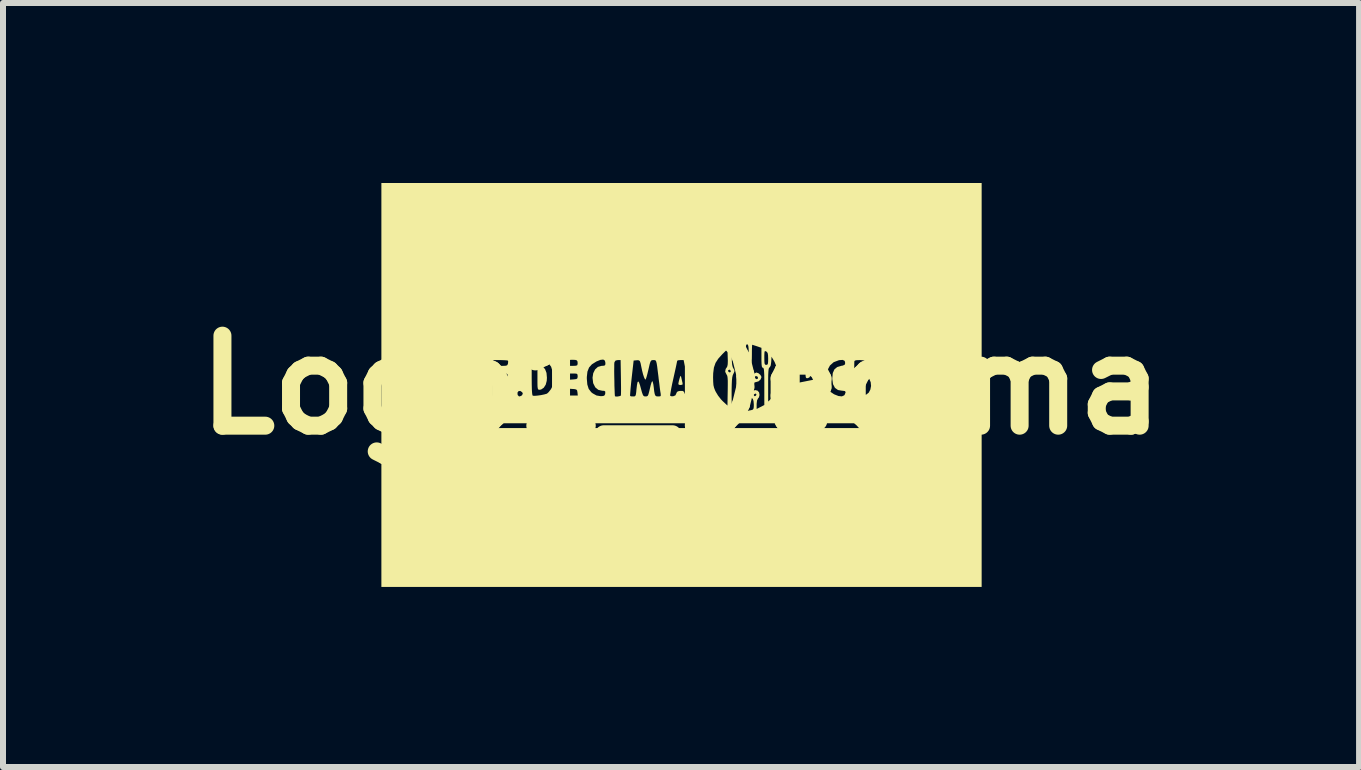
<source format=kicad_pcb>
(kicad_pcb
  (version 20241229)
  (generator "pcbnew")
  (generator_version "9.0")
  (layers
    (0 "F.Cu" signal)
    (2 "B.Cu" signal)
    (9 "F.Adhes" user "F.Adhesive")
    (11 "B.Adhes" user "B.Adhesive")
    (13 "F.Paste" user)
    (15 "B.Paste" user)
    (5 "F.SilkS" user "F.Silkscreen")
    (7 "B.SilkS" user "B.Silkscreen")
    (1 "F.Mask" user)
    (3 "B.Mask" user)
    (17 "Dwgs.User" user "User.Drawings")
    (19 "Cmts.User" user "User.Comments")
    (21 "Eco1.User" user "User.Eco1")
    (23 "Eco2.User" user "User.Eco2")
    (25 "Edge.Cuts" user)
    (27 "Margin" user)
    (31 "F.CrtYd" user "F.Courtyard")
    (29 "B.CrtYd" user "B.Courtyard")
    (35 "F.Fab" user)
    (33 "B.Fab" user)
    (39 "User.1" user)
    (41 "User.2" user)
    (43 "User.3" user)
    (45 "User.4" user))
  (footprint "Logo1_Decima"
    (layer "F.Cu")
    (at 8.3 3.366)
    (property "Reference" "Logo1_Decima" (at 0 0 0) (layer "F.SilkS") (effects (font (size 1.5 1.5) (thickness 0.3))))
    (attr board_only exclude_from_pos_files exclude_from_bom)
    (fp_poly (pts (xy 3.015 -0.319) (xy 3.04 -0.29) (xy 3.047 -0.248) (xy 3.038 -0.208) (xy 3.028 -0.195) (xy 3.005 -0.178) (xy 2.991 -0.186) (xy 2.984 -0.221) (xy 2.984 -0.256) (xy 2.985 -0.303) (xy 2.99 -0.324) (xy 3.002 -0.326)) (stroke (width 0) (type solid)) (fill yes) (layer "F.SilkS"))
    (fp_poly (pts (xy 3.042 -0.066) (xy 3.06 -0.033) (xy 3.064 0.009) (xy 3.054 0.048) (xy 3.044 0.061) (xy 3.014 0.081) (xy 2.994 0.071) (xy 2.985 0.031) (xy 2.984 0) (xy 2.985 -0.048) (xy 2.993 -0.072) (xy 3.008 -0.08) (xy 3.014 -0.08)) (stroke (width 0) (type solid)) (fill yes) (layer "F.SilkS"))
    (fp_poly (pts (xy -0.000332 -0.143) (xy 0.007 -0.112) (xy 0.017 -0.066) (xy 0.026 -0.03) (xy 0.026 -0.028) (xy 0.025 -0.007) (xy -0.000204 -0.000152) (xy -0.008 0) (xy -0.036 -0.003) (xy -0.045 -0.018) (xy -0.039 -0.052) (xy -0.027 -0.099) (xy -0.016 -0.136) (xy -0.007 -0.152)) (stroke (width 0) (type solid)) (fill yes) (layer "F.SilkS"))
    (fp_poly (pts (xy 2.139 -0.305) (xy 2.162 -0.266) (xy 2.17 -0.215) (xy 2.161 -0.161) (xy 2.137 -0.124) (xy 2.105 -0.112) (xy 2.088 -0.115) (xy 2.079 -0.13) (xy 2.075 -0.163) (xy 2.074 -0.215) (xy 2.075 -0.272) (xy 2.08 -0.303) (xy 2.09 -0.316) (xy 2.105 -0.319)) (stroke (width 0) (type solid)) (fill yes) (layer "F.SilkS"))
    (fp_poly (pts (xy -2.303 -0.305) (xy -2.266 -0.264) (xy -2.242 -0.201) (xy -2.235 -0.12) (xy -2.238 -0.07) (xy -2.255 -0.005) (xy -2.288 0.046) (xy -2.331 0.075) (xy -2.356 0.08) (xy -2.371 0.079) (xy -2.382 0.072) (xy -2.388 0.055) (xy -2.392 0.022) (xy -2.393 -0.031) (xy -2.393 -0.112) (xy -2.393 -0.12) (xy -2.393 -0.319) (xy -2.353 -0.319)) (stroke (width 0) (type solid)) (fill yes) (layer "F.SilkS"))
    (fp_poly (pts (xy 5.01 0) (xy 5.01 3.366) (xy 0.008 3.366) (xy -4.994 3.366) (xy -4.994 0.678) (xy -3.143 0.678) (xy -3.143 0.718) (xy 0.016 0.718) (xy 3.175 0.718) (xy 3.175 0.678) (xy 3.175 0.638) (xy 0.016 0.638) (xy -3.143 0.638) (xy -3.143 0.678) (xy -4.994 0.678) (xy -4.994 0) (xy -4.994 -0.12) (xy -3.143 -0.12) (xy -3.143 0.176) (xy -3.014 0.176) (xy -2.886 0.176) (xy -2.89 0.128) (xy -2.726 0.128) (xy -2.723 0.166) (xy -2.722 0.168) (xy -2.702 0.189) (xy -2.691 0.191) (xy -2.662 0.18) (xy -2.648 0.168) (xy -2.637 0.142) (xy -2.648 0.12) (xy -2.68 0.099) (xy -2.709 0.103) (xy -2.726 0.128) (xy -2.89 0.128) (xy -2.891 0.124) (xy -2.897 0.091) (xy -2.912 0.075) (xy -2.946 0.068) (xy -2.964 0.067) (xy -3.031 0.062) (xy -3.031 -0.017) (xy -3.031 -0.096) (xy -2.96 -0.096) (xy -2.915 -0.097) (xy -2.895 -0.105) (xy -2.89 -0.121) (xy -2.489 -0.121) (xy -2.488 -0.007) (xy -2.486 0.078) (xy -2.482 0.135) (xy -2.477 0.168) (xy -2.47 0.179) (xy -2.441 0.181) (xy -2.392 0.177) (xy -2.335 0.169) (xy -2.281 0.158) (xy -2.242 0.147) (xy -2.234 0.144) (xy -2.208 0.121) (xy -2.177 0.082) (xy -2.167 0.068) (xy -2.147 0.029) (xy -2.136 -0.013) (xy -2.131 -0.068) (xy -2.131 -0.112) (xy -2.14 -0.221) (xy -2.165 -0.304) (xy -2.208 -0.362) (xy -2.271 -0.398) (xy -2.346 -0.412) (xy -1.978 -0.412) (xy -1.978 -0.118) (xy -1.978 0.176) (xy -1.85 0.176) (xy -1.721 0.176) (xy -1.726 0.124) (xy -1.732 0.091) (xy -1.747 0.075) (xy -1.781 0.068) (xy -1.8 0.067) (xy -1.868 0.062) (xy -1.864 -0.013) (xy -1.859 -0.088) (xy -1.791 -0.093) (xy -1.748 -0.098) (xy -1.737 -0.104) (xy -1.57 -0.104) (xy -1.562 -0.008) (xy -1.539 0.065) (xy -1.497 0.12) (xy -1.472 0.14) (xy -1.409 0.175) (xy -1.344 0.186) (xy -1.316 0.186) (xy -1.281 0.179) (xy -1.266 0.156) (xy -1.263 0.14) (xy -1.263 0.11) (xy -1.278 0.098) (xy -1.313 0.096) (xy -1.379 0.081) (xy -1.429 0.04) (xy -1.462 -0.025) (xy -1.465 -0.035) (xy -1.475 -0.121) (xy -1.463 -0.197) (xy -1.446 -0.231) (xy -1.114 -0.231) (xy -1.113 -0.152) (xy -1.111 -0.067) (xy -1.11 0.015) (xy -1.107 0.089) (xy -1.105 0.148) (xy -1.102 0.184) (xy -1.101 0.187) (xy -1.087 0.193) (xy -1.056 0.192) (xy -1.024 0.186) (xy -1.004 0.178) (xy -1.002 0.176) (xy -1.002 0.167) (xy -0.849 0.167) (xy -0.848 0.184) (xy -0.828 0.19) (xy -0.797 0.191) (xy -0.775 0.19) (xy -0.761 0.181) (xy -0.752 0.157) (xy -0.746 0.112) (xy -0.743 0.075) (xy -0.734 -0.001) (xy -0.725 -0.046) (xy -0.714 -0.06) (xy -0.7 -0.042) (xy -0.683 0.006) (xy -0.67 0.054) (xy -0.652 0.12) (xy -0.638 0.16) (xy -0.625 0.182) (xy -0.609 0.19) (xy -0.591 0.191) (xy -0.569 0.189) (xy -0.554 0.179) (xy -0.543 0.155) (xy -0.531 0.11) (xy -0.52 0.064) (xy -0.506 0.005) (xy -0.493 -0.039) (xy -0.482 -0.062) (xy -0.479 -0.064) (xy -0.471 -0.049) (xy -0.462 -0.012) (xy -0.455 0.036) (xy -0.447 0.107) (xy -0.438 0.153) (xy -0.427 0.178) (xy -0.41 0.189) (xy -0.384 0.191) (xy -0.38 0.191) (xy -0.347 0.189) (xy -0.34 0.18) (xy -0.181 0.18) (xy -0.161 0.188) (xy -0.131 0.188) (xy -0.094 0.173) (xy -0.08 0.144) (xy -0.067 0.115) (xy -0.038 0.102) (xy -0.013 0.099) (xy 0.027 0.099) (xy 0.048 0.113) (xy 0.061 0.143) (xy 0.082 0.18) (xy 0.113 0.191) (xy 0.116 0.191) (xy 0.149 0.188) (xy 0.163 0.183) (xy 0.163 0.165) (xy 0.158 0.123) (xy 0.147 0.067) (xy 0.144 0.051) (xy 0.128 -0.019) (xy 0.109 -0.107) (xy 0.104 -0.128) (xy 0.534 -0.128) (xy 0.536 -0.052) (xy 0.54 0.003) (xy 0.551 0.048) (xy 0.568 0.092) (xy 0.579 0.114) (xy 0.617 0.177) (xy 0.667 0.241) (xy 0.698 0.273) (xy 0.774 0.343) (xy 0.776 0.203) (xy 0.843 0.203) (xy 0.844 0.277) (xy 0.846 0.335) (xy 0.849 0.37) (xy 0.851 0.377) (xy 0.871 0.387) (xy 0.911 0.4) (xy 0.937 0.407) (xy 1.013 0.426) (xy 1.018 0.239) (xy 1.022 0.051) (xy 1.101 -0.023) (xy 1.142 -0.064) (xy 1.17 -0.1) (xy 1.181 -0.123) (xy 1.185 -0.135) (xy 1.231 -0.135) (xy 1.236 -0.112) (xy 1.259 -0.096) (xy 1.282 -0.108) (xy 1.283 -0.11) (xy 1.28 -0.13) (xy 1.27 -0.143) (xy 1.245 -0.15) (xy 1.231 -0.135) (xy 1.185 -0.135) (xy 1.193 -0.158) (xy 1.221 -0.19) (xy 1.253 -0.207) (xy 1.258 -0.207) (xy 1.292 -0.195) (xy 1.323 -0.167) (xy 1.34 -0.135) (xy 1.34 -0.13) (xy 1.326 -0.092) (xy 1.292 -0.061) (xy 1.248 -0.048) (xy 1.246 -0.048) (xy 1.204 -0.034) (xy 1.15 0.005) (xy 1.137 0.017) (xy 1.069 0.082) (xy 1.069 0.256) (xy 1.069 0.335) (xy 1.072 0.387) (xy 1.079 0.416) (xy 1.095 0.429) (xy 1.121 0.429) (xy 1.161 0.421) (xy 1.163 0.421) (xy 1.192 0.413) (xy 1.206 0.399) (xy 1.212 0.37) (xy 1.213 0.326) (xy 1.208 0.267) (xy 1.197 0.233) (xy 1.191 0.228) (xy 1.162 0.196) (xy 1.157 0.169) (xy 1.213 0.169) (xy 1.222 0.186) (xy 1.241 0.184) (xy 1.257 0.163) (xy 1.25 0.146) (xy 1.238 0.144) (xy 1.216 0.156) (xy 1.213 0.169) (xy 1.157 0.169) (xy 1.156 0.159) (xy 1.17 0.123) (xy 1.199 0.096) (xy 1.237 0.085) (xy 1.276 0.095) (xy 1.301 0.124) (xy 1.308 0.167) (xy 1.298 0.207) (xy 1.284 0.223) (xy 1.267 0.256) (xy 1.26 0.314) (xy 1.26 0.321) (xy 1.26 0.4) (xy 1.324 0.367) (xy 1.388 0.334) (xy 1.388 0.024) (xy 1.388 -0.004) (xy 1.452 -0.004) (xy 1.452 0.276) (xy 1.484 0.247) (xy 1.507 0.218) (xy 1.537 0.17) (xy 1.567 0.115) (xy 1.612 -0.01) (xy 1.624 -0.112) (xy 1.978 -0.112) (xy 1.978 0.191) (xy 2.026 0.191) (xy 2.051 0.19) (xy 2.065 0.182) (xy 2.072 0.159) (xy 2.076 0.115) (xy 2.077 0.084) (xy 2.082 -0.023) (xy 2.138 -0.034) (xy 2.187 -0.055) (xy 2.23 -0.088) (xy 2.231 -0.089) (xy 2.241 -0.102) (xy 2.421 -0.102) (xy 2.428 -0.01) (xy 2.448 0.06) (xy 2.487 0.112) (xy 2.546 0.152) (xy 2.553 0.156) (xy 2.624 0.184) (xy 2.68 0.19) (xy 2.719 0.173) (xy 2.728 0.161) (xy 2.743 0.122) (xy 2.733 0.102) (xy 2.696 0.096) (xy 2.687 0.096) (xy 2.616 0.084) (xy 2.565 0.048) (xy 2.557 0.032) (xy 2.887 0.032) (xy 2.887 0.095) (xy 2.887 0.138) (xy 2.887 0.156) (xy 2.902 0.167) (xy 2.938 0.174) (xy 2.987 0.175) (xy 3.039 0.171) (xy 3.083 0.161) (xy 3.087 0.16) (xy 3.128 0.128) (xy 3.155 0.077) (xy 3.167 0.016) (xy 3.161 -0.046) (xy 3.138 -0.099) (xy 3.126 -0.113) (xy 3.107 -0.138) (xy 3.113 -0.16) (xy 3.12 -0.17) (xy 3.14 -0.22) (xy 3.142 -0.281) (xy 3.127 -0.34) (xy 3.104 -0.376) (xy 3.073 -0.4) (xy 3.037 -0.411) (xy 2.982 -0.415) (xy 2.976 -0.415) (xy 2.925 -0.413) (xy 2.898 -0.407) (xy 2.888 -0.393) (xy 2.888 -0.387) (xy 2.887 -0.345) (xy 2.887 -0.283) (xy 2.887 -0.208) (xy 2.887 -0.126) (xy 2.887 -0.044) (xy 2.887 0.032) (xy 2.557 0.032) (xy 2.533 -0.013) (xy 2.521 -0.099) (xy 2.521 -0.115) (xy 2.529 -0.199) (xy 2.556 -0.26) (xy 2.603 -0.299) (xy 2.675 -0.32) (xy 2.695 -0.323) (xy 2.727 -0.337) (xy 2.736 -0.364) (xy 2.728 -0.401) (xy 2.695 -0.418) (xy 2.638 -0.414) (xy 2.629 -0.412) (xy 2.544 -0.38) (xy 2.482 -0.325) (xy 2.441 -0.248) (xy 2.423 -0.147) (xy 2.421 -0.102) (xy 2.241 -0.102) (xy 2.252 -0.118) (xy 2.262 -0.148) (xy 2.265 -0.191) (xy 2.262 -0.236) (xy 2.257 -0.296) (xy 2.246 -0.334) (xy 2.228 -0.362) (xy 2.212 -0.377) (xy 2.178 -0.4) (xy 2.138 -0.411) (xy 2.08 -0.415) (xy 2.073 -0.415) (xy 1.978 -0.415) (xy 1.978 -0.112) (xy 1.624 -0.112) (xy 1.626 -0.136) (xy 1.609 -0.26) (xy 1.561 -0.38) (xy 1.551 -0.399) (xy 1.508 -0.471) (xy 1.503 -0.386) (xy 1.495 -0.326) (xy 1.48 -0.295) (xy 1.475 -0.293) (xy 1.466 -0.284) (xy 1.46 -0.263) (xy 1.456 -0.226) (xy 1.453 -0.169) (xy 1.452 -0.087) (xy 1.452 -0.004) (xy 1.388 -0.004) (xy 1.388 -0.085) (xy 1.387 -0.165) (xy 1.384 -0.222) (xy 1.381 -0.258) (xy 1.375 -0.278) (xy 1.368 -0.287) (xy 1.364 -0.287) (xy 1.353 -0.292) (xy 1.346 -0.311) (xy 1.342 -0.349) (xy 1.34 -0.411) (xy 1.34 -0.453) (xy 1.34 -0.455) (xy 1.388 -0.455) (xy 1.389 -0.394) (xy 1.392 -0.358) (xy 1.4 -0.341) (xy 1.414 -0.335) (xy 1.42 -0.335) (xy 1.437 -0.338) (xy 1.447 -0.353) (xy 1.451 -0.385) (xy 1.452 -0.438) (xy 1.45 -0.497) (xy 1.444 -0.531) (xy 1.431 -0.551) (xy 1.42 -0.558) (xy 1.404 -0.565) (xy 1.394 -0.56) (xy 1.39 -0.538) (xy 1.388 -0.493) (xy 1.388 -0.455) (xy 1.34 -0.455) (xy 1.34 -0.619) (xy 1.266 -0.645) (xy 1.222 -0.659) (xy 1.192 -0.669) (xy 1.186 -0.67) (xy 1.184 -0.655) (xy 1.182 -0.615) (xy 1.181 -0.557) (xy 1.181 -0.51) (xy 1.18 -0.434) (xy 1.176 -0.384) (xy 1.17 -0.355) (xy 1.159 -0.342) (xy 1.157 -0.341) (xy 1.139 -0.318) (xy 1.133 -0.28) (xy 1.121 -0.228) (xy 1.101 -0.199) (xy 1.076 -0.162) (xy 1.069 -0.127) (xy 1.057 -0.082) (xy 1.027 -0.055) (xy 0.989 -0.05) (xy 0.951 -0.067) (xy 0.931 -0.095) (xy 0.923 -0.134) (xy 0.975 -0.134) (xy 0.979 -0.112) (xy 0.983 -0.107) (xy 1.003 -0.104) (xy 1.019 -0.12) (xy 1.021 -0.129) (xy 1.008 -0.142) (xy 0.997 -0.144) (xy 0.975 -0.134) (xy 0.923 -0.134) (xy 0.921 -0.142) (xy 0.94 -0.179) (xy 0.986 -0.201) (xy 1.025 -0.21) (xy 1.049 -0.216) (xy 1.064 -0.235) (xy 1.069 -0.271) (xy 1.065 -0.309) (xy 1.052 -0.336) (xy 1.045 -0.341) (xy 1.034 -0.352) (xy 1.026 -0.377) (xy 1.022 -0.422) (xy 1.022 -0.472) (xy 1.071 -0.472) (xy 1.072 -0.43) (xy 1.077 -0.409) (xy 1.087 -0.4) (xy 1.101 -0.399) (xy 1.117 -0.401) (xy 1.126 -0.411) (xy 1.131 -0.435) (xy 1.131 -0.48) (xy 1.129 -0.538) (xy 1.126 -0.608) (xy 1.121 -0.651) (xy 1.113 -0.672) (xy 1.101 -0.678) (xy 1.089 -0.672) (xy 1.081 -0.649) (xy 1.076 -0.605) (xy 1.072 -0.538) (xy 1.071 -0.472) (xy 1.022 -0.472) (xy 1.021 -0.493) (xy 1.021 -0.51) (xy 1.021 -0.583) (xy 1.019 -0.629) (xy 1.014 -0.655) (xy 1.005 -0.667) (xy 0.991 -0.67) (xy 0.986 -0.67) (xy 0.947 -0.665) (xy 0.9 -0.652) (xy 0.899 -0.651) (xy 0.846 -0.632) (xy 0.846 -0.475) (xy 0.847 -0.393) (xy 0.852 -0.336) (xy 0.862 -0.297) (xy 0.872 -0.277) (xy 0.889 -0.247) (xy 0.889 -0.223) (xy 0.873 -0.187) (xy 0.872 -0.186) (xy 0.861 -0.16) (xy 0.853 -0.125) (xy 0.848 -0.076) (xy 0.845 -0.007) (xy 0.843 0.087) (xy 0.843 0.116) (xy 0.843 0.203) (xy 0.776 0.203) (xy 0.778 0.097) (xy 0.779 -0.000058) (xy 0.779 -0.071) (xy 0.776 -0.119) (xy 0.771 -0.151) (xy 0.762 -0.17) (xy 0.758 -0.175) (xy 0.736 -0.22) (xy 0.74 -0.246) (xy 0.784 -0.246) (xy 0.788 -0.223) (xy 0.792 -0.218) (xy 0.816 -0.208) (xy 0.829 -0.224) (xy 0.83 -0.231) (xy 0.817 -0.252) (xy 0.806 -0.255) (xy 0.784 -0.246) (xy 0.74 -0.246) (xy 0.744 -0.267) (xy 0.759 -0.288) (xy 0.771 -0.31) (xy 0.778 -0.345) (xy 0.78 -0.402) (xy 0.778 -0.457) (xy 0.774 -0.598) (xy 0.689 -0.514) (xy 0.621 -0.439) (xy 0.575 -0.368) (xy 0.548 -0.29) (xy 0.536 -0.196) (xy 0.534 -0.128) (xy 0.104 -0.128) (xy 0.089 -0.199) (xy 0.08 -0.243) (xy 0.043 -0.415) (xy -0.01 -0.415) (xy -0.046 -0.412) (xy -0.064 -0.404) (xy -0.064 -0.403) (xy -0.068 -0.384) (xy -0.077 -0.339) (xy -0.091 -0.274) (xy -0.109 -0.193) (xy -0.127 -0.112) (xy -0.147 -0.022) (xy -0.163 0.057) (xy -0.174 0.121) (xy -0.181 0.164) (xy -0.181 0.18) (xy -0.34 0.18) (xy -0.337 0.175) (xy -0.34 0.14) (xy -0.346 0.105) (xy -0.354 0.046) (xy -0.363 -0.03) (xy -0.374 -0.113) (xy -0.375 -0.128) (xy -0.388 -0.229) (xy -0.397 -0.304) (xy -0.405 -0.355) (xy -0.413 -0.388) (xy -0.422 -0.406) (xy -0.433 -0.413) (xy -0.448 -0.415) (xy -0.462 -0.415) (xy -0.483 -0.414) (xy -0.498 -0.406) (xy -0.51 -0.387) (xy -0.522 -0.35) (xy -0.536 -0.289) (xy -0.543 -0.259) (xy -0.559 -0.192) (xy -0.574 -0.136) (xy -0.586 -0.1) (xy -0.591 -0.09) (xy -0.601 -0.096) (xy -0.616 -0.127) (xy -0.633 -0.178) (xy -0.649 -0.241) (xy -0.662 -0.303) (xy -0.674 -0.362) (xy -0.685 -0.395) (xy -0.7 -0.41) (xy -0.724 -0.413) (xy -0.739 -0.412) (xy -0.79 -0.407) (xy -0.823 -0.115) (xy -0.833 -0.022) (xy -0.841 0.059) (xy -0.846 0.124) (xy -0.849 0.167) (xy -1.002 0.167) (xy -1.001 0.155) (xy -1 0.108) (xy -1 0.041) (xy -1.001 -0.043) (xy -1.002 -0.127) (xy -1.007 -0.415) (xy -1.053 -0.415) (xy -1.09 -0.408) (xy -1.108 -0.383) (xy -1.111 -0.373) (xy -1.113 -0.349) (xy -1.113 -0.299) (xy -1.114 -0.231) (xy -1.446 -0.231) (xy -1.433 -0.258) (xy -1.386 -0.301) (xy -1.325 -0.319) (xy -1.315 -0.319) (xy -1.278 -0.322) (xy -1.263 -0.336) (xy -1.26 -0.366) (xy -1.269 -0.406) (xy -1.297 -0.424) (xy -1.345 -0.418) (xy -1.414 -0.39) (xy -1.416 -0.388) (xy -1.486 -0.344) (xy -1.533 -0.291) (xy -1.56 -0.223) (xy -1.57 -0.133) (xy -1.57 -0.104) (xy -1.737 -0.104) (xy -1.729 -0.109) (xy -1.723 -0.133) (xy -1.723 -0.145) (xy -1.725 -0.173) (xy -1.738 -0.187) (xy -1.769 -0.191) (xy -1.795 -0.191) (xy -1.867 -0.191) (xy -1.867 -0.255) (xy -1.867 -0.319) (xy -1.795 -0.319) (xy -1.751 -0.321) (xy -1.73 -0.329) (xy -1.724 -0.349) (xy -1.723 -0.366) (xy -1.726 -0.393) (xy -1.737 -0.41) (xy -1.763 -0.418) (xy -1.81 -0.42) (xy -1.877 -0.417) (xy -1.978 -0.412) (xy -2.346 -0.412) (xy -2.355 -0.414) (xy -2.389 -0.415) (xy -2.489 -0.415) (xy -2.489 -0.121) (xy -2.89 -0.121) (xy -2.888 -0.126) (xy -2.888 -0.144) (xy -2.89 -0.173) (xy -2.902 -0.187) (xy -2.933 -0.191) (xy -2.96 -0.191) (xy -3.031 -0.191) (xy -3.031 -0.255) (xy -3.031 -0.319) (xy -2.961 -0.319) (xy -2.917 -0.321) (xy -2.895 -0.331) (xy -2.885 -0.354) (xy -2.884 -0.359) (xy -2.881 -0.392) (xy -2.885 -0.406) (xy -2.904 -0.41) (xy -2.946 -0.413) (xy -3.004 -0.415) (xy -3.018 -0.415) (xy -3.143 -0.415) (xy -3.143 -0.12) (xy -4.994 -0.12) (xy -4.994 -3.366) (xy 0.008 -3.366) (xy 5.01 -3.366)) (stroke (width 0) (type solid)) (fill yes) (layer "F.SilkS")))
  (gr_rect
    (start -3 -3)
    (end 19.6 9.733)
    (stroke (width 0.1) (type default))
    (fill no)
    (layer "Edge.Cuts")))
</source>
